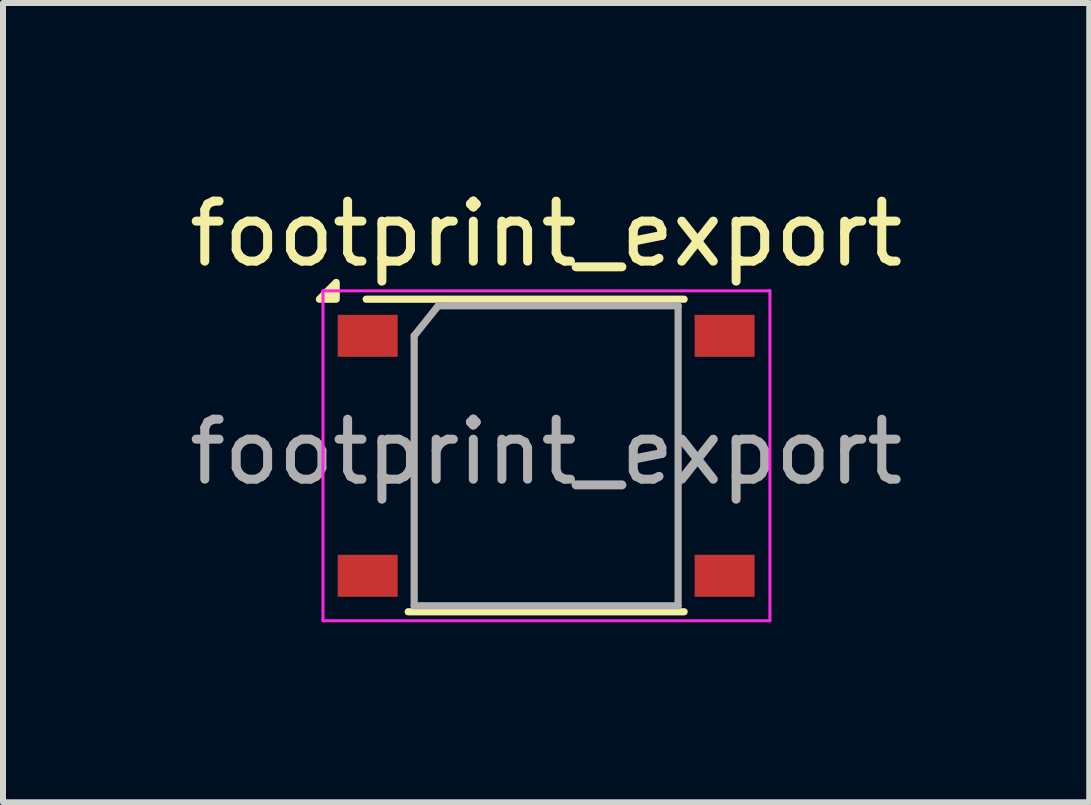
<source format=kicad_pcb>
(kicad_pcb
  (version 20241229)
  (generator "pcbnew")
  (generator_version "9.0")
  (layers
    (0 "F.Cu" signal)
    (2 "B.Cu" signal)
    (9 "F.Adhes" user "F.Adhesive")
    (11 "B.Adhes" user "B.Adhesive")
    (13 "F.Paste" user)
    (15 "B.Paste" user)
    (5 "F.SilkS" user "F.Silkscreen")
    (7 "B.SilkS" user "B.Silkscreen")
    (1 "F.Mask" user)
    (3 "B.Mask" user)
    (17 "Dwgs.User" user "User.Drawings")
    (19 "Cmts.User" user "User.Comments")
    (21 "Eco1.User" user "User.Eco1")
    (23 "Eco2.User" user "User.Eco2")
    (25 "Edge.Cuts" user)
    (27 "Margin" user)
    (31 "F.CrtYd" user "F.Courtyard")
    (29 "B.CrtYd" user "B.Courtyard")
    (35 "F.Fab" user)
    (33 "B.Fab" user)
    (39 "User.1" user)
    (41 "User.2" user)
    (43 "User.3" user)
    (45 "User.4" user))
  (footprint "footprint_export"
    (layer "F.Cu")
    (at 6.054 4.548)
    (property "Reference" "footprint_export" (at 0 -3.7 0) (layer "F.SilkS") (effects (font (size 1 1) (thickness 0.15))))
    (attr smd)
    (fp_line (start 2.3 -2.61) (end -3 -2.61) (stroke (width 0.12) (type solid)) (layer "F.SilkS"))
    (fp_line (start 2.3 2.6) (end -2.3 2.6) (stroke (width 0.12) (type solid)) (layer "F.SilkS"))
    (fp_poly (pts (xy -3.5 -2.61) (xy -3.78 -2.61) (xy -3.5 -2.89) (xy -3.5 -2.61)) (stroke (width 0.12) (type solid)) (fill yes) (layer "F.SilkS"))
    (fp_line (start -3.72 -2.75) (end -3.72 2.75) (stroke (width 0.05) (type solid)) (layer "F.CrtYd"))
    (fp_line (start -3.72 -2.75) (end 3.73 -2.75) (stroke (width 0.05) (type solid)) (layer "F.CrtYd"))
    (fp_line (start 3.73 2.75) (end -3.72 2.75) (stroke (width 0.05) (type solid)) (layer "F.CrtYd"))
    (fp_line (start 3.73 2.75) (end 3.73 -2.75) (stroke (width 0.05) (type solid)) (layer "F.CrtYd"))
    (fp_line (start -2.2 -2) (end -2.2 2.5) (stroke (width 0.12) (type solid)) (layer "F.Fab"))
    (fp_line (start -2.2 2.5) (end 2.2 2.5) (stroke (width 0.12) (type solid)) (layer "F.Fab"))
    (fp_line (start -1.8 -2.5) (end -2.2 -2) (stroke (width 0.12) (type solid)) (layer "F.Fab"))
    (fp_line (start 2.2 -2.5) (end -1.8 -2.5) (stroke (width 0.12) (type solid)) (layer "F.Fab"))
    (fp_line (start 2.2 2.5) (end 2.2 -2.5) (stroke (width 0.12) (type solid)) (layer "F.Fab"))
    (fp_text user "${REFERENCE}" (at 0 -0.065 0) (layer "F.Fab") (effects (font (size 1 1) (thickness 0.15))))
    (pad "1" smd rect (at -2.975 -2) (size 1 0.7) (layers "F.Cu" "F.Mask" "F.Paste"))
    (pad "2" smd rect (at -2.975 2) (size 1 0.7) (layers "F.Cu" "F.Mask" "F.Paste"))
    (pad "3" smd rect (at 2.975 2) (size 1 0.7) (layers "F.Cu" "F.Mask" "F.Paste"))
    (pad "4" smd rect (at 2.975 -2) (size 1 0.7) (layers "F.Cu" "F.Mask" "F.Paste")))
  (gr_rect
    (start -3 -3)
    (end 15.107 10.323)
    (stroke (width 0.1) (type default))
    (fill no)
    (layer "Edge.Cuts")))
</source>
